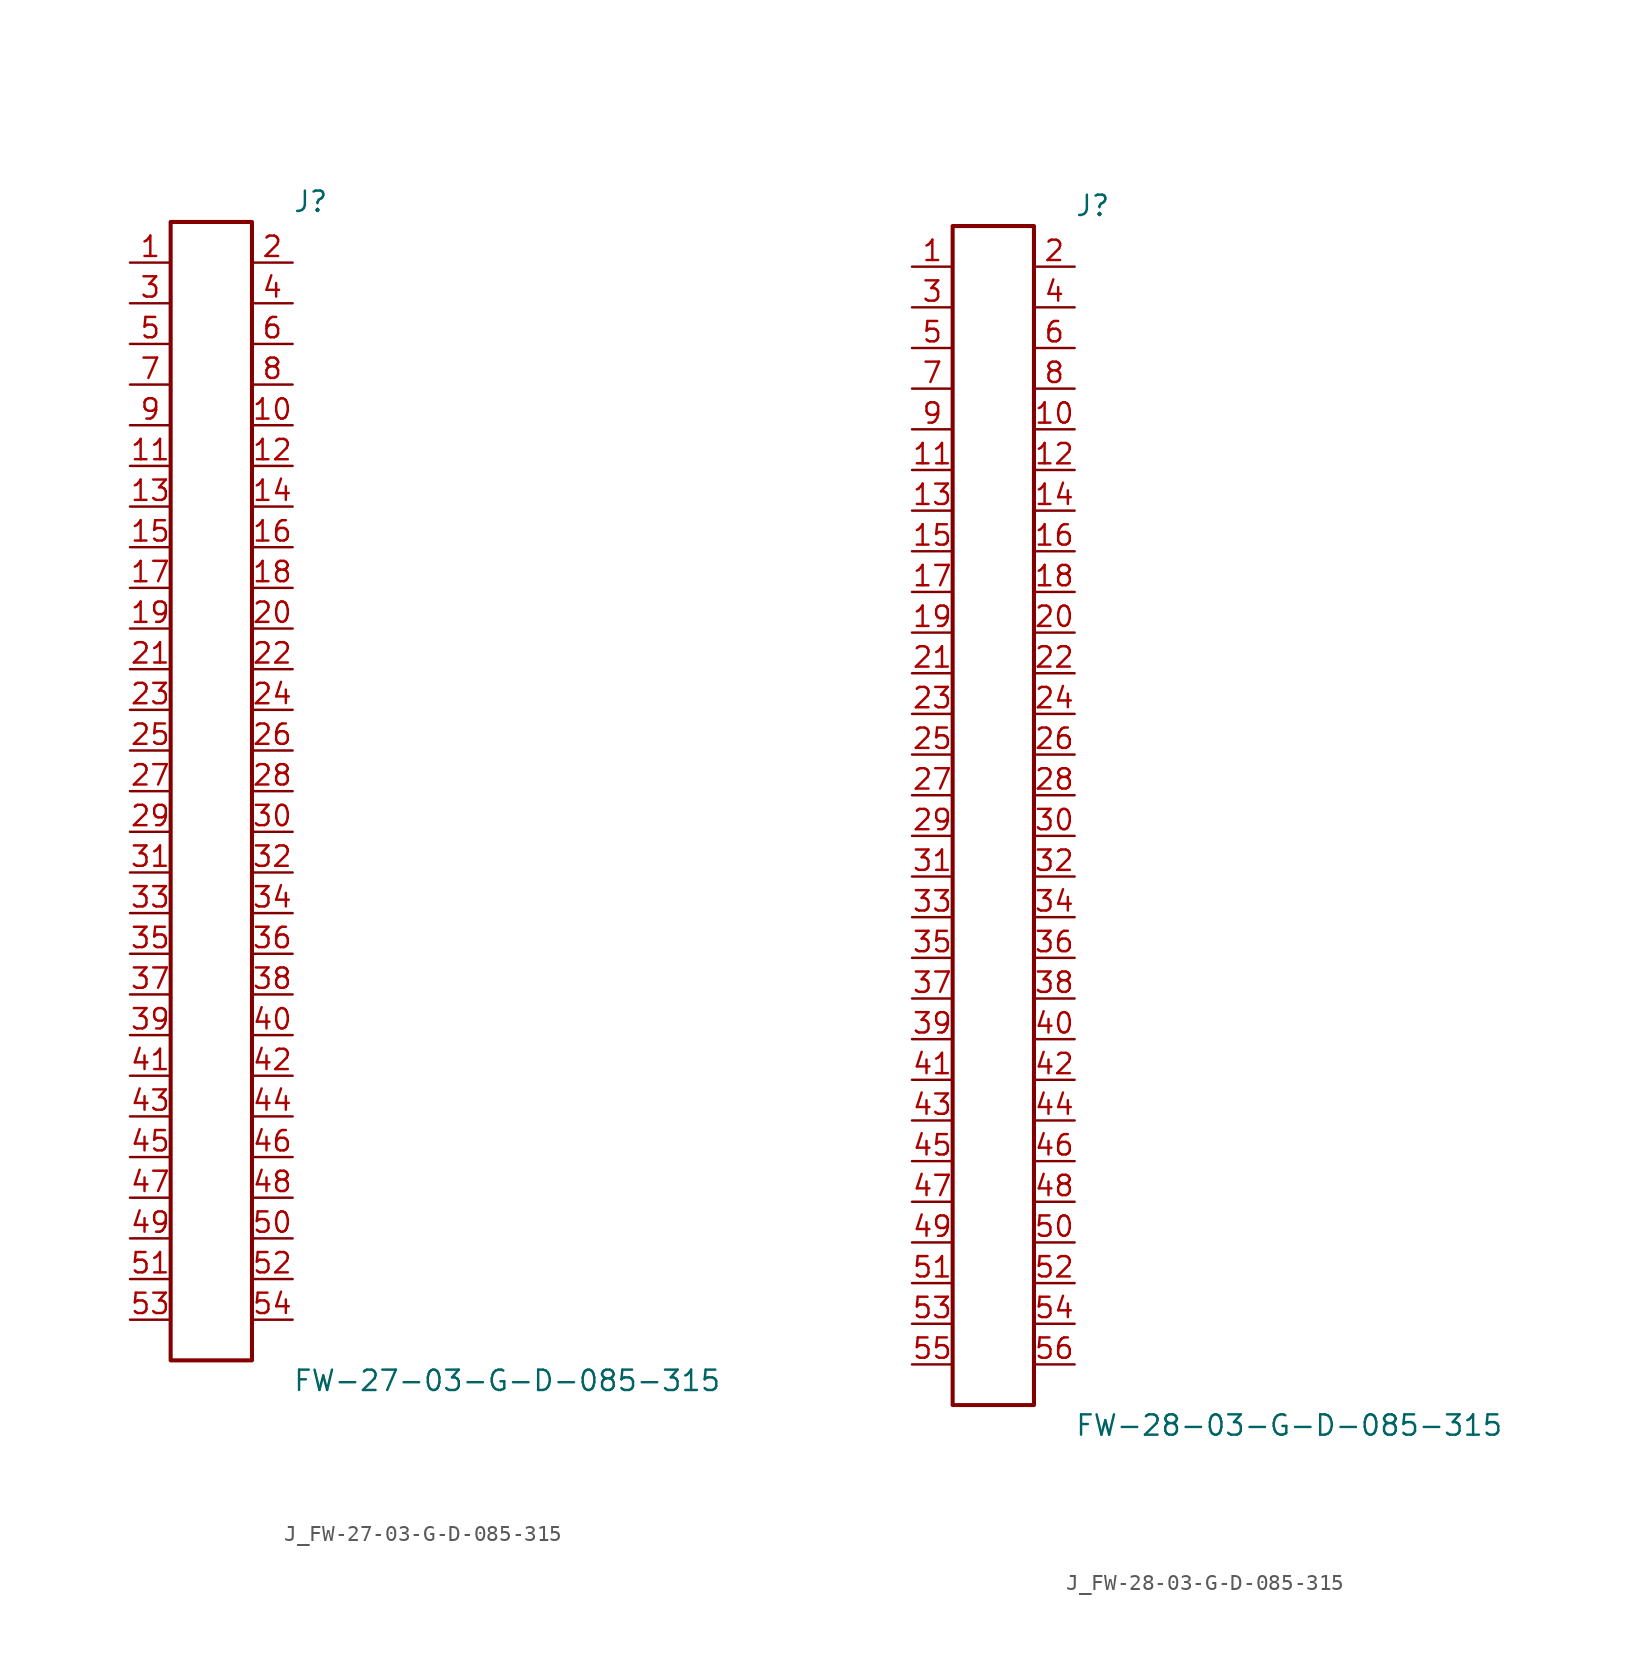
<source format=kicad_sym>
(kicad_symbol_lib
  (version 20231120)
  (generator kicad_symbol_editor)
  (generator_version 8.0)
  (symbol "J_FW-27-03-G-D-085-315"
    (pin_names
      (offset 0.254))
    (property "Reference" "J"
      (at 5.08 36.83 0)
      (effects (font (size 1.27 1.27)) (justify left)))
    (property "Value" "FW-27-03-G-D-085-315"
      (at 5.08 -36.83 0)
      (effects (font (size 1.27 1.27)) (justify left)))
    (symbol "J_FW-27-03-G-D-085-315_0_0"
      (pin unspecified line (at -5.08 33.02 0) (length 2.54) (name "" (effects (font (size 1.27 1.27)))) (number "1" (effects (font (size 1.27 1.27)))))
      (pin unspecified line (at 5.08 33.02 180) (length 2.54) (name "" (effects (font (size 1.27 1.27)))) (number "2" (effects (font (size 1.27 1.27)))))
      (pin unspecified line (at -5.08 30.48 0) (length 2.54) (name "" (effects (font (size 1.27 1.27)))) (number "3" (effects (font (size 1.27 1.27)))))
      (pin unspecified line (at 5.08 30.48 180) (length 2.54) (name "" (effects (font (size 1.27 1.27)))) (number "4" (effects (font (size 1.27 1.27)))))
      (pin unspecified line (at -5.08 27.94 0) (length 2.54) (name "" (effects (font (size 1.27 1.27)))) (number "5" (effects (font (size 1.27 1.27)))))
      (pin unspecified line (at 5.08 27.94 180) (length 2.54) (name "" (effects (font (size 1.27 1.27)))) (number "6" (effects (font (size 1.27 1.27)))))
      (pin unspecified line (at -5.08 25.4 0) (length 2.54) (name "" (effects (font (size 1.27 1.27)))) (number "7" (effects (font (size 1.27 1.27)))))
      (pin unspecified line (at 5.08 25.4 180) (length 2.54) (name "" (effects (font (size 1.27 1.27)))) (number "8" (effects (font (size 1.27 1.27)))))
      (pin unspecified line (at -5.08 22.86 0) (length 2.54) (name "" (effects (font (size 1.27 1.27)))) (number "9" (effects (font (size 1.27 1.27)))))
      (pin unspecified line (at 5.08 22.86 180) (length 2.54) (name "" (effects (font (size 1.27 1.27)))) (number "10" (effects (font (size 1.27 1.27)))))
      (pin unspecified line (at -5.08 20.32 0) (length 2.54) (name "" (effects (font (size 1.27 1.27)))) (number "11" (effects (font (size 1.27 1.27)))))
      (pin unspecified line (at 5.08 20.32 180) (length 2.54) (name "" (effects (font (size 1.27 1.27)))) (number "12" (effects (font (size 1.27 1.27)))))
      (pin unspecified line (at -5.08 17.78 0) (length 2.54) (name "" (effects (font (size 1.27 1.27)))) (number "13" (effects (font (size 1.27 1.27)))))
      (pin unspecified line (at 5.08 17.78 180) (length 2.54) (name "" (effects (font (size 1.27 1.27)))) (number "14" (effects (font (size 1.27 1.27)))))
      (pin unspecified line (at -5.08 15.24 0) (length 2.54) (name "" (effects (font (size 1.27 1.27)))) (number "15" (effects (font (size 1.27 1.27)))))
      (pin unspecified line (at 5.08 15.24 180) (length 2.54) (name "" (effects (font (size 1.27 1.27)))) (number "16" (effects (font (size 1.27 1.27)))))
      (pin unspecified line (at -5.08 12.7 0) (length 2.54) (name "" (effects (font (size 1.27 1.27)))) (number "17" (effects (font (size 1.27 1.27)))))
      (pin unspecified line (at 5.08 12.7 180) (length 2.54) (name "" (effects (font (size 1.27 1.27)))) (number "18" (effects (font (size 1.27 1.27)))))
      (pin unspecified line (at -5.08 10.16 0) (length 2.54) (name "" (effects (font (size 1.27 1.27)))) (number "19" (effects (font (size 1.27 1.27)))))
      (pin unspecified line (at 5.08 10.16 180) (length 2.54) (name "" (effects (font (size 1.27 1.27)))) (number "20" (effects (font (size 1.27 1.27)))))
      (pin unspecified line (at -5.08 7.62 0) (length 2.54) (name "" (effects (font (size 1.27 1.27)))) (number "21" (effects (font (size 1.27 1.27)))))
      (pin unspecified line (at 5.08 7.62 180) (length 2.54) (name "" (effects (font (size 1.27 1.27)))) (number "22" (effects (font (size 1.27 1.27)))))
      (pin unspecified line (at -5.08 5.08 0) (length 2.54) (name "" (effects (font (size 1.27 1.27)))) (number "23" (effects (font (size 1.27 1.27)))))
      (pin unspecified line (at 5.08 5.08 180) (length 2.54) (name "" (effects (font (size 1.27 1.27)))) (number "24" (effects (font (size 1.27 1.27)))))
      (pin unspecified line (at -5.08 2.54 0) (length 2.54) (name "" (effects (font (size 1.27 1.27)))) (number "25" (effects (font (size 1.27 1.27)))))
      (pin unspecified line (at 5.08 2.54 180) (length 2.54) (name "" (effects (font (size 1.27 1.27)))) (number "26" (effects (font (size 1.27 1.27)))))
      (pin unspecified line (at -5.08 0.0 0) (length 2.54) (name "" (effects (font (size 1.27 1.27)))) (number "27" (effects (font (size 1.27 1.27)))))
      (pin unspecified line (at 5.08 0.0 180) (length 2.54) (name "" (effects (font (size 1.27 1.27)))) (number "28" (effects (font (size 1.27 1.27)))))
      (pin unspecified line (at -5.08 -2.54 0) (length 2.54) (name "" (effects (font (size 1.27 1.27)))) (number "29" (effects (font (size 1.27 1.27)))))
      (pin unspecified line (at 5.08 -2.54 180) (length 2.54) (name "" (effects (font (size 1.27 1.27)))) (number "30" (effects (font (size 1.27 1.27)))))
      (pin unspecified line (at -5.08 -5.08 0) (length 2.54) (name "" (effects (font (size 1.27 1.27)))) (number "31" (effects (font (size 1.27 1.27)))))
      (pin unspecified line (at 5.08 -5.08 180) (length 2.54) (name "" (effects (font (size 1.27 1.27)))) (number "32" (effects (font (size 1.27 1.27)))))
      (pin unspecified line (at -5.08 -7.62 0) (length 2.54) (name "" (effects (font (size 1.27 1.27)))) (number "33" (effects (font (size 1.27 1.27)))))
      (pin unspecified line (at 5.08 -7.62 180) (length 2.54) (name "" (effects (font (size 1.27 1.27)))) (number "34" (effects (font (size 1.27 1.27)))))
      (pin unspecified line (at -5.08 -10.16 0) (length 2.54) (name "" (effects (font (size 1.27 1.27)))) (number "35" (effects (font (size 1.27 1.27)))))
      (pin unspecified line (at 5.08 -10.16 180) (length 2.54) (name "" (effects (font (size 1.27 1.27)))) (number "36" (effects (font (size 1.27 1.27)))))
      (pin unspecified line (at -5.08 -12.7 0) (length 2.54) (name "" (effects (font (size 1.27 1.27)))) (number "37" (effects (font (size 1.27 1.27)))))
      (pin unspecified line (at 5.08 -12.7 180) (length 2.54) (name "" (effects (font (size 1.27 1.27)))) (number "38" (effects (font (size 1.27 1.27)))))
      (pin unspecified line (at -5.08 -15.24 0) (length 2.54) (name "" (effects (font (size 1.27 1.27)))) (number "39" (effects (font (size 1.27 1.27)))))
      (pin unspecified line (at 5.08 -15.24 180) (length 2.54) (name "" (effects (font (size 1.27 1.27)))) (number "40" (effects (font (size 1.27 1.27)))))
      (pin unspecified line (at -5.08 -17.78 0) (length 2.54) (name "" (effects (font (size 1.27 1.27)))) (number "41" (effects (font (size 1.27 1.27)))))
      (pin unspecified line (at 5.08 -17.78 180) (length 2.54) (name "" (effects (font (size 1.27 1.27)))) (number "42" (effects (font (size 1.27 1.27)))))
      (pin unspecified line (at -5.08 -20.32 0) (length 2.54) (name "" (effects (font (size 1.27 1.27)))) (number "43" (effects (font (size 1.27 1.27)))))
      (pin unspecified line (at 5.08 -20.32 180) (length 2.54) (name "" (effects (font (size 1.27 1.27)))) (number "44" (effects (font (size 1.27 1.27)))))
      (pin unspecified line (at -5.08 -22.86 0) (length 2.54) (name "" (effects (font (size 1.27 1.27)))) (number "45" (effects (font (size 1.27 1.27)))))
      (pin unspecified line (at 5.08 -22.86 180) (length 2.54) (name "" (effects (font (size 1.27 1.27)))) (number "46" (effects (font (size 1.27 1.27)))))
      (pin unspecified line (at -5.08 -25.4 0) (length 2.54) (name "" (effects (font (size 1.27 1.27)))) (number "47" (effects (font (size 1.27 1.27)))))
      (pin unspecified line (at 5.08 -25.4 180) (length 2.54) (name "" (effects (font (size 1.27 1.27)))) (number "48" (effects (font (size 1.27 1.27)))))
      (pin unspecified line (at -5.08 -27.94 0) (length 2.54) (name "" (effects (font (size 1.27 1.27)))) (number "49" (effects (font (size 1.27 1.27)))))
      (pin unspecified line (at 5.08 -27.94 180) (length 2.54) (name "" (effects (font (size 1.27 1.27)))) (number "50" (effects (font (size 1.27 1.27)))))
      (pin unspecified line (at -5.08 -30.48 0) (length 2.54) (name "" (effects (font (size 1.27 1.27)))) (number "51" (effects (font (size 1.27 1.27)))))
      (pin unspecified line (at 5.08 -30.48 180) (length 2.54) (name "" (effects (font (size 1.27 1.27)))) (number "52" (effects (font (size 1.27 1.27)))))
      (pin unspecified line (at -5.08 -33.02 0) (length 2.54) (name "" (effects (font (size 1.27 1.27)))) (number "53" (effects (font (size 1.27 1.27)))))
      (pin unspecified line (at 5.08 -33.02 180) (length 2.54) (name "" (effects (font (size 1.27 1.27)))) (number "54" (effects (font (size 1.27 1.27))))))
    (symbol "J_FW-27-03-G-D-085-315_1_0"
      (rectangle (start -2.54 35.56) (end 2.54 -35.56) (stroke (width 0.254) (type solid)) (fill (type none)))))
  (symbol "J_FW-28-03-G-D-085-315"
    (pin_names
      (offset 0.254))
    (property "Reference" "J"
      (at 5.08 38.1 0)
      (effects (font (size 1.27 1.27)) (justify left)))
    (property "Value" "FW-28-03-G-D-085-315"
      (at 5.08 -38.1 0)
      (effects (font (size 1.27 1.27)) (justify left)))
    (symbol "J_FW-28-03-G-D-085-315_0_0"
      (pin unspecified line (at -5.08 34.29 0) (length 2.54) (name "" (effects (font (size 1.27 1.27)))) (number "1" (effects (font (size 1.27 1.27)))))
      (pin unspecified line (at 5.08 34.29 180) (length 2.54) (name "" (effects (font (size 1.27 1.27)))) (number "2" (effects (font (size 1.27 1.27)))))
      (pin unspecified line (at -5.08 31.75 0) (length 2.54) (name "" (effects (font (size 1.27 1.27)))) (number "3" (effects (font (size 1.27 1.27)))))
      (pin unspecified line (at 5.08 31.75 180) (length 2.54) (name "" (effects (font (size 1.27 1.27)))) (number "4" (effects (font (size 1.27 1.27)))))
      (pin unspecified line (at -5.08 29.21 0) (length 2.54) (name "" (effects (font (size 1.27 1.27)))) (number "5" (effects (font (size 1.27 1.27)))))
      (pin unspecified line (at 5.08 29.21 180) (length 2.54) (name "" (effects (font (size 1.27 1.27)))) (number "6" (effects (font (size 1.27 1.27)))))
      (pin unspecified line (at -5.08 26.67 0) (length 2.54) (name "" (effects (font (size 1.27 1.27)))) (number "7" (effects (font (size 1.27 1.27)))))
      (pin unspecified line (at 5.08 26.67 180) (length 2.54) (name "" (effects (font (size 1.27 1.27)))) (number "8" (effects (font (size 1.27 1.27)))))
      (pin unspecified line (at -5.08 24.13 0) (length 2.54) (name "" (effects (font (size 1.27 1.27)))) (number "9" (effects (font (size 1.27 1.27)))))
      (pin unspecified line (at 5.08 24.13 180) (length 2.54) (name "" (effects (font (size 1.27 1.27)))) (number "10" (effects (font (size 1.27 1.27)))))
      (pin unspecified line (at -5.08 21.59 0) (length 2.54) (name "" (effects (font (size 1.27 1.27)))) (number "11" (effects (font (size 1.27 1.27)))))
      (pin unspecified line (at 5.08 21.59 180) (length 2.54) (name "" (effects (font (size 1.27 1.27)))) (number "12" (effects (font (size 1.27 1.27)))))
      (pin unspecified line (at -5.08 19.05 0) (length 2.54) (name "" (effects (font (size 1.27 1.27)))) (number "13" (effects (font (size 1.27 1.27)))))
      (pin unspecified line (at 5.08 19.05 180) (length 2.54) (name "" (effects (font (size 1.27 1.27)))) (number "14" (effects (font (size 1.27 1.27)))))
      (pin unspecified line (at -5.08 16.51 0) (length 2.54) (name "" (effects (font (size 1.27 1.27)))) (number "15" (effects (font (size 1.27 1.27)))))
      (pin unspecified line (at 5.08 16.51 180) (length 2.54) (name "" (effects (font (size 1.27 1.27)))) (number "16" (effects (font (size 1.27 1.27)))))
      (pin unspecified line (at -5.08 13.97 0) (length 2.54) (name "" (effects (font (size 1.27 1.27)))) (number "17" (effects (font (size 1.27 1.27)))))
      (pin unspecified line (at 5.08 13.97 180) (length 2.54) (name "" (effects (font (size 1.27 1.27)))) (number "18" (effects (font (size 1.27 1.27)))))
      (pin unspecified line (at -5.08 11.43 0) (length 2.54) (name "" (effects (font (size 1.27 1.27)))) (number "19" (effects (font (size 1.27 1.27)))))
      (pin unspecified line (at 5.08 11.43 180) (length 2.54) (name "" (effects (font (size 1.27 1.27)))) (number "20" (effects (font (size 1.27 1.27)))))
      (pin unspecified line (at -5.08 8.89 0) (length 2.54) (name "" (effects (font (size 1.27 1.27)))) (number "21" (effects (font (size 1.27 1.27)))))
      (pin unspecified line (at 5.08 8.89 180) (length 2.54) (name "" (effects (font (size 1.27 1.27)))) (number "22" (effects (font (size 1.27 1.27)))))
      (pin unspecified line (at -5.08 6.35 0) (length 2.54) (name "" (effects (font (size 1.27 1.27)))) (number "23" (effects (font (size 1.27 1.27)))))
      (pin unspecified line (at 5.08 6.35 180) (length 2.54) (name "" (effects (font (size 1.27 1.27)))) (number "24" (effects (font (size 1.27 1.27)))))
      (pin unspecified line (at -5.08 3.81 0) (length 2.54) (name "" (effects (font (size 1.27 1.27)))) (number "25" (effects (font (size 1.27 1.27)))))
      (pin unspecified line (at 5.08 3.81 180) (length 2.54) (name "" (effects (font (size 1.27 1.27)))) (number "26" (effects (font (size 1.27 1.27)))))
      (pin unspecified line (at -5.08 1.27 0) (length 2.54) (name "" (effects (font (size 1.27 1.27)))) (number "27" (effects (font (size 1.27 1.27)))))
      (pin unspecified line (at 5.08 1.27 180) (length 2.54) (name "" (effects (font (size 1.27 1.27)))) (number "28" (effects (font (size 1.27 1.27)))))
      (pin unspecified line (at -5.08 -1.27 0) (length 2.54) (name "" (effects (font (size 1.27 1.27)))) (number "29" (effects (font (size 1.27 1.27)))))
      (pin unspecified line (at 5.08 -1.27 180) (length 2.54) (name "" (effects (font (size 1.27 1.27)))) (number "30" (effects (font (size 1.27 1.27)))))
      (pin unspecified line (at -5.08 -3.81 0) (length 2.54) (name "" (effects (font (size 1.27 1.27)))) (number "31" (effects (font (size 1.27 1.27)))))
      (pin unspecified line (at 5.08 -3.81 180) (length 2.54) (name "" (effects (font (size 1.27 1.27)))) (number "32" (effects (font (size 1.27 1.27)))))
      (pin unspecified line (at -5.08 -6.35 0) (length 2.54) (name "" (effects (font (size 1.27 1.27)))) (number "33" (effects (font (size 1.27 1.27)))))
      (pin unspecified line (at 5.08 -6.35 180) (length 2.54) (name "" (effects (font (size 1.27 1.27)))) (number "34" (effects (font (size 1.27 1.27)))))
      (pin unspecified line (at -5.08 -8.89 0) (length 2.54) (name "" (effects (font (size 1.27 1.27)))) (number "35" (effects (font (size 1.27 1.27)))))
      (pin unspecified line (at 5.08 -8.89 180) (length 2.54) (name "" (effects (font (size 1.27 1.27)))) (number "36" (effects (font (size 1.27 1.27)))))
      (pin unspecified line (at -5.08 -11.43 0) (length 2.54) (name "" (effects (font (size 1.27 1.27)))) (number "37" (effects (font (size 1.27 1.27)))))
      (pin unspecified line (at 5.08 -11.43 180) (length 2.54) (name "" (effects (font (size 1.27 1.27)))) (number "38" (effects (font (size 1.27 1.27)))))
      (pin unspecified line (at -5.08 -13.97 0) (length 2.54) (name "" (effects (font (size 1.27 1.27)))) (number "39" (effects (font (size 1.27 1.27)))))
      (pin unspecified line (at 5.08 -13.97 180) (length 2.54) (name "" (effects (font (size 1.27 1.27)))) (number "40" (effects (font (size 1.27 1.27)))))
      (pin unspecified line (at -5.08 -16.51 0) (length 2.54) (name "" (effects (font (size 1.27 1.27)))) (number "41" (effects (font (size 1.27 1.27)))))
      (pin unspecified line (at 5.08 -16.51 180) (length 2.54) (name "" (effects (font (size 1.27 1.27)))) (number "42" (effects (font (size 1.27 1.27)))))
      (pin unspecified line (at -5.08 -19.05 0) (length 2.54) (name "" (effects (font (size 1.27 1.27)))) (number "43" (effects (font (size 1.27 1.27)))))
      (pin unspecified line (at 5.08 -19.05 180) (length 2.54) (name "" (effects (font (size 1.27 1.27)))) (number "44" (effects (font (size 1.27 1.27)))))
      (pin unspecified line (at -5.08 -21.59 0) (length 2.54) (name "" (effects (font (size 1.27 1.27)))) (number "45" (effects (font (size 1.27 1.27)))))
      (pin unspecified line (at 5.08 -21.59 180) (length 2.54) (name "" (effects (font (size 1.27 1.27)))) (number "46" (effects (font (size 1.27 1.27)))))
      (pin unspecified line (at -5.08 -24.13 0) (length 2.54) (name "" (effects (font (size 1.27 1.27)))) (number "47" (effects (font (size 1.27 1.27)))))
      (pin unspecified line (at 5.08 -24.13 180) (length 2.54) (name "" (effects (font (size 1.27 1.27)))) (number "48" (effects (font (size 1.27 1.27)))))
      (pin unspecified line (at -5.08 -26.67 0) (length 2.54) (name "" (effects (font (size 1.27 1.27)))) (number "49" (effects (font (size 1.27 1.27)))))
      (pin unspecified line (at 5.08 -26.67 180) (length 2.54) (name "" (effects (font (size 1.27 1.27)))) (number "50" (effects (font (size 1.27 1.27)))))
      (pin unspecified line (at -5.08 -29.21 0) (length 2.54) (name "" (effects (font (size 1.27 1.27)))) (number "51" (effects (font (size 1.27 1.27)))))
      (pin unspecified line (at 5.08 -29.21 180) (length 2.54) (name "" (effects (font (size 1.27 1.27)))) (number "52" (effects (font (size 1.27 1.27)))))
      (pin unspecified line (at -5.08 -31.75 0) (length 2.54) (name "" (effects (font (size 1.27 1.27)))) (number "53" (effects (font (size 1.27 1.27)))))
      (pin unspecified line (at 5.08 -31.75 180) (length 2.54) (name "" (effects (font (size 1.27 1.27)))) (number "54" (effects (font (size 1.27 1.27)))))
      (pin unspecified line (at -5.08 -34.29 0) (length 2.54) (name "" (effects (font (size 1.27 1.27)))) (number "55" (effects (font (size 1.27 1.27)))))
      (pin unspecified line (at 5.08 -34.29 180) (length 2.54) (name "" (effects (font (size 1.27 1.27)))) (number "56" (effects (font (size 1.27 1.27))))))
    (symbol "J_FW-28-03-G-D-085-315_1_0"
      (rectangle (start -2.54 36.83) (end 2.54 -36.83) (stroke (width 0.254) (type solid)) (fill (type none))))))
</source>
